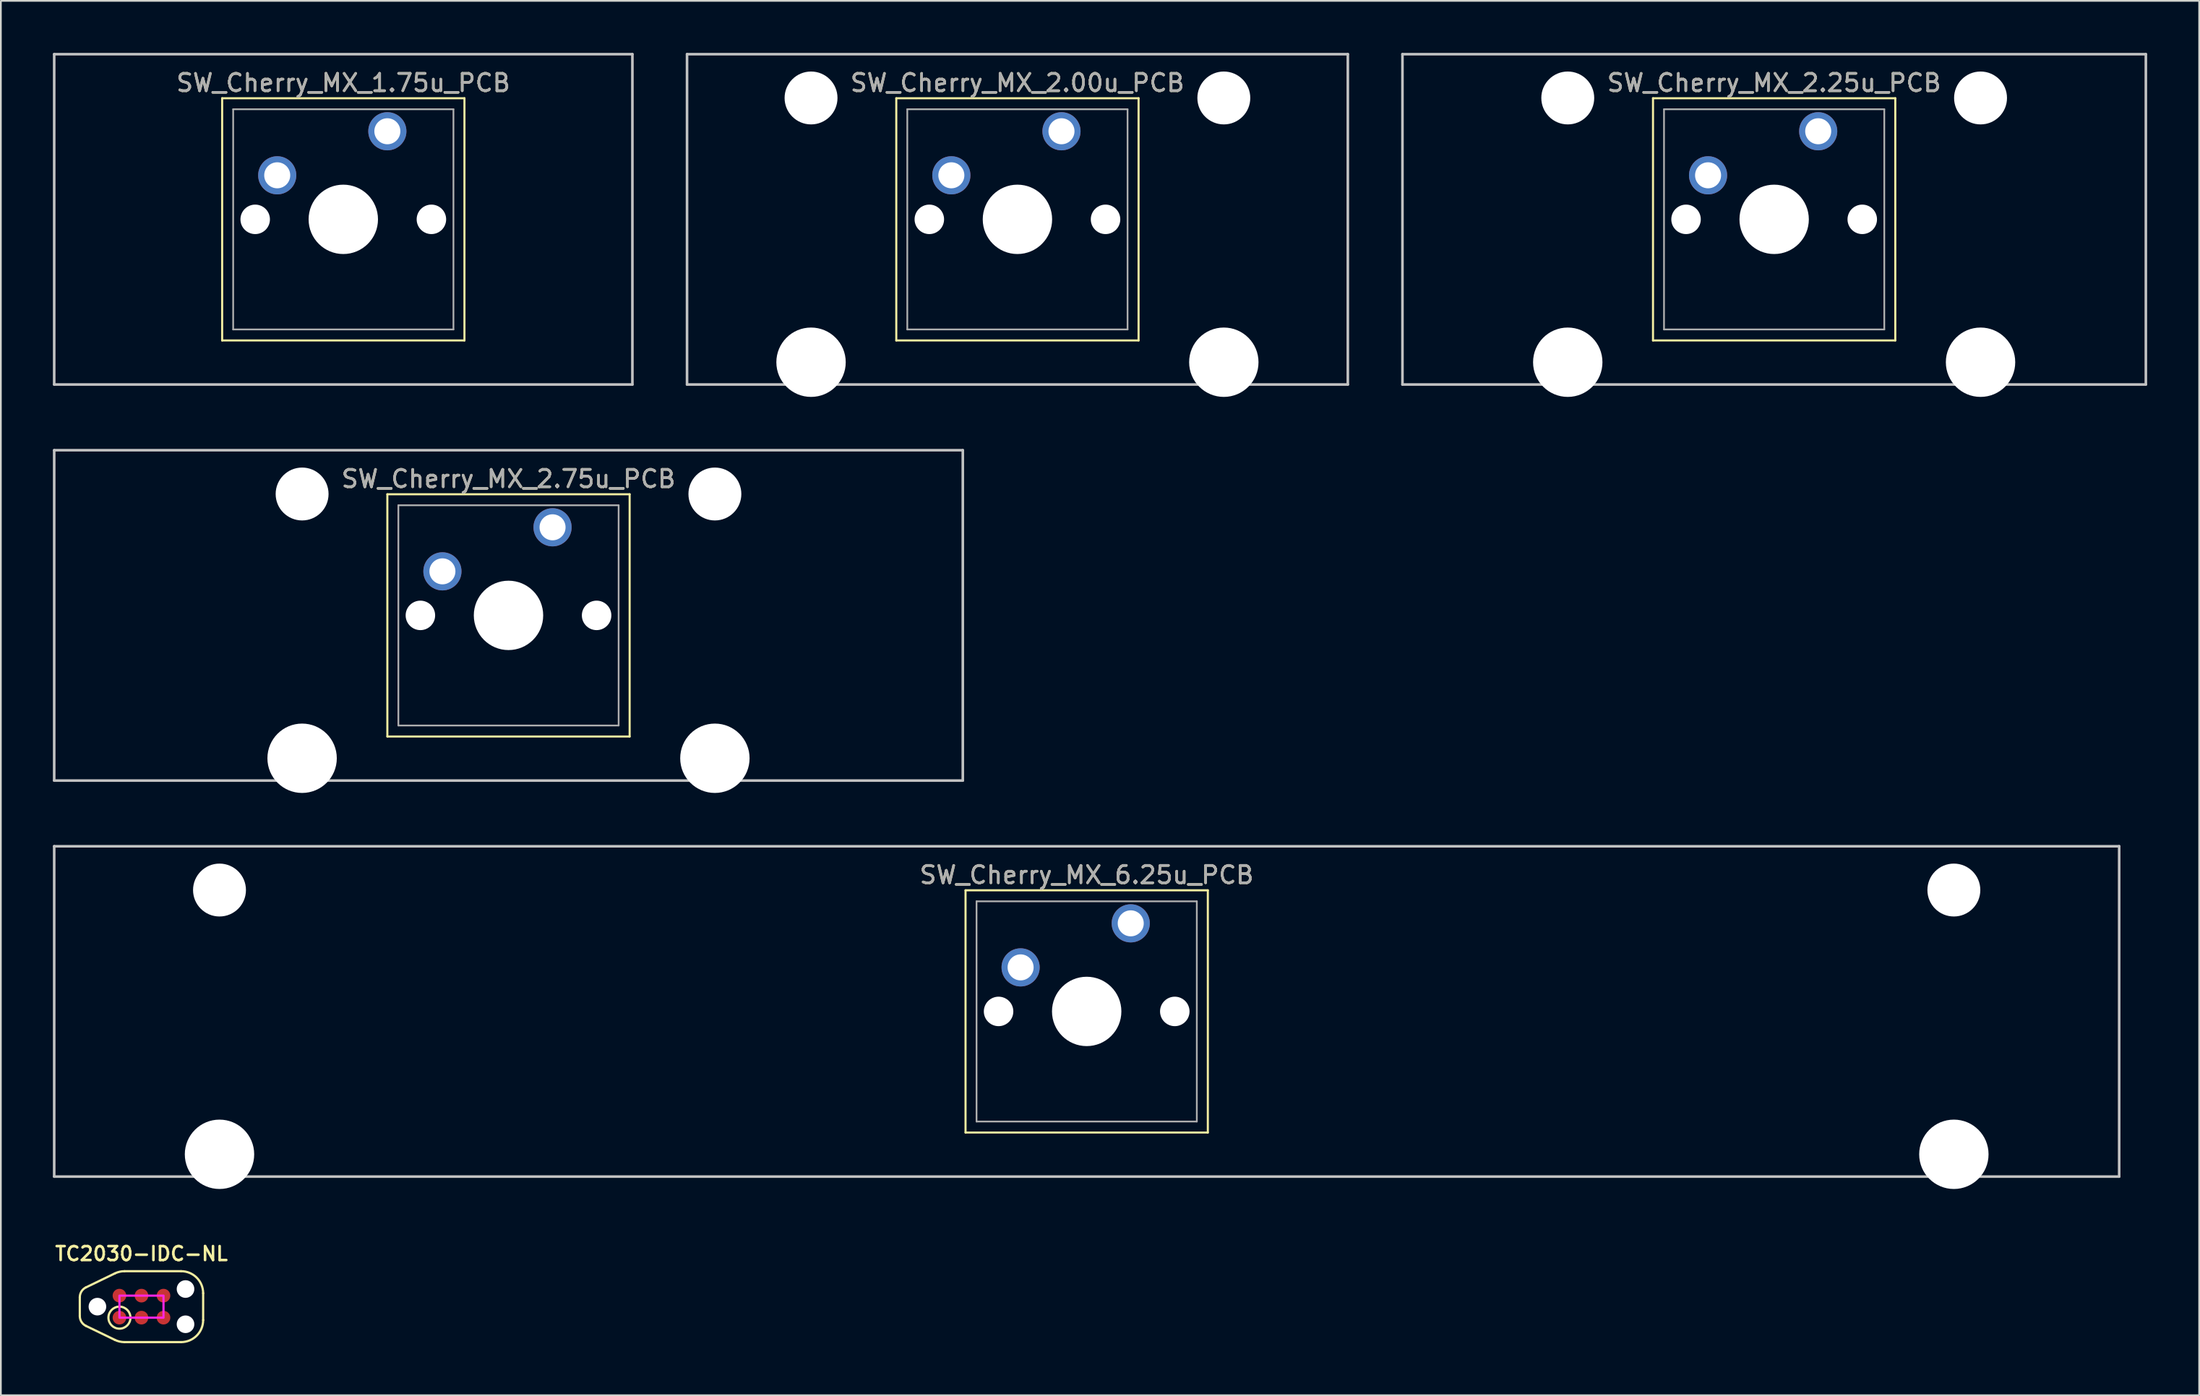
<source format=kicad_pcb>
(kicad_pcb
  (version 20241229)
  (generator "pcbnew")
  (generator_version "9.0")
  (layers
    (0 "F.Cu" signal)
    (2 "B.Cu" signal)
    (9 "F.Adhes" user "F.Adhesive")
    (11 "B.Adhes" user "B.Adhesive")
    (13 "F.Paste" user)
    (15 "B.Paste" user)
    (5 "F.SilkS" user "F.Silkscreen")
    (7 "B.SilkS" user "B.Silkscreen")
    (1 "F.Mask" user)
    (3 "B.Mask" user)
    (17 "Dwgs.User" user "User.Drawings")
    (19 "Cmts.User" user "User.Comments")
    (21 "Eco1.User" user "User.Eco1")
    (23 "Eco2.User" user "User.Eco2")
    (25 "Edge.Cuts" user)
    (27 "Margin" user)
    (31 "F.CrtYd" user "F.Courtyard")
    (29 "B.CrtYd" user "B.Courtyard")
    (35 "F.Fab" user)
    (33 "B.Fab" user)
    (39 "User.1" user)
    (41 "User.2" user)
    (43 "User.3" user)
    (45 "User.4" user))
  (footprint "SW_Cherry_MX_1.75u_PCB"
    (layer "F.Cu")
    (at 19.284 4.52)
    (property "Reference" "SW_Cherry_MX_1.75u_PCB" (at -2.54 -2.794 0) (layer "F.SilkS") (effects (font (size 1 1) (thickness 0.15))))
    (attr through_hole)
    (fp_line (start -9.525 -1.905) (end 4.445 -1.905) (stroke (width 0.12) (type solid)) (layer "F.SilkS"))
    (fp_line (start -9.525 12.065) (end -9.525 -1.905) (stroke (width 0.12) (type solid)) (layer "F.SilkS"))
    (fp_line (start 4.445 -1.905) (end 4.445 12.065) (stroke (width 0.12) (type solid)) (layer "F.SilkS"))
    (fp_line (start 4.445 12.065) (end -9.525 12.065) (stroke (width 0.12) (type solid)) (layer "F.SilkS"))
    (fp_line (start -19.209 -4.445) (end 14.129 -4.445) (stroke (width 0.15) (type solid)) (layer "Dwgs.User"))
    (fp_line (start -19.209 14.605) (end -19.209 -4.445) (stroke (width 0.15) (type solid)) (layer "Dwgs.User"))
    (fp_line (start 14.129 -4.445) (end 14.129 14.605) (stroke (width 0.15) (type solid)) (layer "Dwgs.User"))
    (fp_line (start 14.129 14.605) (end -19.209 14.605) (stroke (width 0.15) (type solid)) (layer "Dwgs.User"))
    (fp_line (start -8.89 -1.27) (end 3.81 -1.27) (stroke (width 0.1) (type solid)) (layer "F.Fab"))
    (fp_line (start -8.89 11.43) (end -8.89 -1.27) (stroke (width 0.1) (type solid)) (layer "F.Fab"))
    (fp_line (start 3.81 -1.27) (end 3.81 11.43) (stroke (width 0.1) (type solid)) (layer "F.Fab"))
    (fp_line (start 3.81 11.43) (end -8.89 11.43) (stroke (width 0.1) (type solid)) (layer "F.Fab"))
    (fp_text user "${REFERENCE}" (at -2.54 -2.794 0) (layer "F.Fab") (effects (font (size 1 1) (thickness 0.15))))
    (pad "" np_thru_hole circle (at -7.62 5.08) (size 1.7 1.7) (drill 1.7) (layers "*.Cu" "*.Mask"))
    (pad "" np_thru_hole circle (at -2.54 5.08) (size 4 4) (drill 4) (layers "*.Cu" "*.Mask"))
    (pad "" np_thru_hole circle (at 2.54 5.08) (size 1.7 1.7) (drill 1.7) (layers "*.Cu" "*.Mask"))
    (pad "1" thru_hole circle (at 0 0) (size 2.2 2.2) (drill 1.5) (layers "*.Cu" "*.Mask"))
    (pad "2" thru_hole circle (at -6.35 2.54) (size 2.2 2.2) (drill 1.5) (layers "*.Cu" "*.Mask")))
  (footprint "TC2030-IDC-NL"
    (layer "F.Cu")
    (at 5.107 72.306)
    (property "Reference" "TC2030-IDC-NL" (at 0 -3.054 0) (layer "F.SilkS") (effects (font (size 0.802 0.802) (thickness 0.15))))
    (attr smd)
    (fp_line (start -3.556 0.541) (end -3.556 -0.541) (stroke (width 0.127) (type solid)) (layer "F.SilkS"))
    (fp_line (start -3.197 -1.113) (end -1.532 -1.918) (stroke (width 0.127) (type solid)) (layer "F.SilkS"))
    (fp_line (start -1.532 1.918) (end -3.197 1.113) (stroke (width 0.127) (type solid)) (layer "F.SilkS"))
    (fp_line (start -0.979 -2.045) (end 2.286 -2.045) (stroke (width 0.127) (type solid)) (layer "F.SilkS"))
    (fp_line (start 2.286 2.045) (end -0.979 2.045) (stroke (width 0.127) (type solid)) (layer "F.SilkS"))
    (fp_line (start 3.556 -0.775) (end 3.556 0.775) (stroke (width 0.127) (type solid)) (layer "F.SilkS"))
    (fp_arc (start -3.556 -0.541434) (mid -3.45891 -0.878893) (end -3.19733 -1.11316) (stroke (width 0.127) (type solid)) (layer "F.SilkS"))
    (fp_arc (start -3.19733 1.113161) (mid -3.458911 0.878894) (end -3.556 0.541434) (stroke (width 0.127) (type solid)) (layer "F.SilkS"))
    (fp_arc (start -1.53184 -1.91814) (mid -1.262662 -2.012655) (end -0.979178 -2.0447) (stroke (width 0.127) (type solid)) (layer "F.SilkS"))
    (fp_arc (start -0.979178 2.0447) (mid -1.262662 2.012655) (end -1.53184 1.91814) (stroke (width 0.127) (type solid)) (layer "F.SilkS"))
    (fp_arc (start 2.286 -2.0447) (mid 3.184026 -1.672726) (end 3.556 -0.7747) (stroke (width 0.127) (type solid)) (layer "F.SilkS"))
    (fp_arc (start 3.556 0.7747) (mid 3.184026 1.672726) (end 2.286 2.0447) (stroke (width 0.127) (type solid)) (layer "F.SilkS"))
    (fp_circle (center -1.27 0.635) (end -0.635 0.635) (stroke (width 0.127) (type solid)) (fill no) (layer "F.SilkS"))
    (fp_poly (pts (xy -1.27 -0.635) (xy 1.27 -0.635) (xy 1.27 0.635) (xy -1.27 0.635)) (stroke (width 0.127) (type solid)) (fill no) (layer "F.CrtYd"))
    (pad "" np_thru_hole circle (at -2.54 0) (size 1.016 1.016) (drill 1.016) (layers "*.Cu" "*.Mask"))
    (pad "" np_thru_hole circle (at 2.54 -1.016) (size 1.016 1.016) (drill 1.016) (layers "*.Cu" "*.Mask"))
    (pad "" np_thru_hole circle (at 2.54 1.016) (size 1.016 1.016) (drill 1.016) (layers "*.Cu" "*.Mask"))
    (pad "1" smd circle (at -1.27 0.635) (size 0.787 0.787) (layers "F.Cu" "F.Mask"))
    (pad "2" smd circle (at -1.27 -0.635) (size 0.787 0.787) (layers "F.Cu" "F.Mask"))
    (pad "3" smd circle (at 0 0.635) (size 0.787 0.787) (layers "F.Cu" "F.Mask"))
    (pad "4" smd circle (at 0 -0.635) (size 0.787 0.787) (layers "F.Cu" "F.Mask"))
    (pad "5" smd circle (at 1.27 0.635) (size 0.787 0.787) (layers "F.Cu" "F.Mask"))
    (pad "6" smd circle (at 1.27 -0.635) (size 0.787 0.787) (layers "F.Cu" "F.Mask")))
  (footprint "SW_Cherry_MX_6.25u_PCB"
    (layer "F.Cu")
    (at 62.146 50.2)
    (property "Reference" "SW_Cherry_MX_6.25u_PCB" (at -2.54 -2.794 0) (layer "F.SilkS") (effects (font (size 1 1) (thickness 0.15))))
    (attr through_hole)
    (fp_line (start -9.525 -1.905) (end 4.445 -1.905) (stroke (width 0.12) (type solid)) (layer "F.SilkS"))
    (fp_line (start -9.525 12.065) (end -9.525 -1.905) (stroke (width 0.12) (type solid)) (layer "F.SilkS"))
    (fp_line (start 4.445 -1.905) (end 4.445 12.065) (stroke (width 0.12) (type solid)) (layer "F.SilkS"))
    (fp_line (start 4.445 12.065) (end -9.525 12.065) (stroke (width 0.12) (type solid)) (layer "F.SilkS"))
    (fp_line (start -62.071 -4.445) (end 56.991 -4.445) (stroke (width 0.15) (type solid)) (layer "Dwgs.User"))
    (fp_line (start -62.071 14.605) (end -62.071 -4.445) (stroke (width 0.15) (type solid)) (layer "Dwgs.User"))
    (fp_line (start 56.991 -4.445) (end 56.991 14.605) (stroke (width 0.15) (type solid)) (layer "Dwgs.User"))
    (fp_line (start 56.991 14.605) (end -62.071 14.605) (stroke (width 0.15) (type solid)) (layer "Dwgs.User"))
    (fp_line (start -8.89 -1.27) (end 3.81 -1.27) (stroke (width 0.1) (type solid)) (layer "F.Fab"))
    (fp_line (start -8.89 11.43) (end -8.89 -1.27) (stroke (width 0.1) (type solid)) (layer "F.Fab"))
    (fp_line (start 3.81 -1.27) (end 3.81 11.43) (stroke (width 0.1) (type solid)) (layer "F.Fab"))
    (fp_line (start 3.81 11.43) (end -8.89 11.43) (stroke (width 0.1) (type solid)) (layer "F.Fab"))
    (fp_text user "${REFERENCE}" (at -2.54 -2.794 0) (layer "F.Fab") (effects (font (size 1 1) (thickness 0.15))))
    (pad "" np_thru_hole circle (at -52.54 -1.92) (size 3.05 3.05) (drill 3.05) (layers "*.Cu" "*.Mask"))
    (pad "" np_thru_hole circle (at -52.54 13.32) (size 4 4) (drill 4) (layers "*.Cu" "*.Mask"))
    (pad "" np_thru_hole circle (at -7.62 5.08) (size 1.7 1.7) (drill 1.7) (layers "*.Cu" "*.Mask"))
    (pad "" np_thru_hole circle (at -2.54 5.08) (size 4 4) (drill 4) (layers "*.Cu" "*.Mask"))
    (pad "" np_thru_hole circle (at 2.54 5.08) (size 1.7 1.7) (drill 1.7) (layers "*.Cu" "*.Mask"))
    (pad "" np_thru_hole circle (at 47.46 -1.92) (size 3.05 3.05) (drill 3.05) (layers "*.Cu" "*.Mask"))
    (pad "" np_thru_hole circle (at 47.46 13.32) (size 4 4) (drill 4) (layers "*.Cu" "*.Mask"))
    (pad "1" thru_hole circle (at 0 0) (size 2.2 2.2) (drill 1.5) (layers "*.Cu" "*.Mask"))
    (pad "2" thru_hole circle (at -6.35 2.54) (size 2.2 2.2) (drill 1.5) (layers "*.Cu" "*.Mask")))
  (footprint "SW_Cherry_MX_2.25u_PCB"
    (layer "F.Cu")
    (at 101.784 4.52)
    (property "Reference" "SW_Cherry_MX_2.25u_PCB" (at -2.54 -2.794 0) (layer "F.SilkS") (effects (font (size 1 1) (thickness 0.15))))
    (attr through_hole)
    (fp_line (start -9.525 -1.905) (end 4.445 -1.905) (stroke (width 0.12) (type solid)) (layer "F.SilkS"))
    (fp_line (start -9.525 12.065) (end -9.525 -1.905) (stroke (width 0.12) (type solid)) (layer "F.SilkS"))
    (fp_line (start 4.445 -1.905) (end 4.445 12.065) (stroke (width 0.12) (type solid)) (layer "F.SilkS"))
    (fp_line (start 4.445 12.065) (end -9.525 12.065) (stroke (width 0.12) (type solid)) (layer "F.SilkS"))
    (fp_line (start -23.971 -4.445) (end 18.891 -4.445) (stroke (width 0.15) (type solid)) (layer "Dwgs.User"))
    (fp_line (start -23.971 14.605) (end -23.971 -4.445) (stroke (width 0.15) (type solid)) (layer "Dwgs.User"))
    (fp_line (start 18.891 -4.445) (end 18.891 14.605) (stroke (width 0.15) (type solid)) (layer "Dwgs.User"))
    (fp_line (start 18.891 14.605) (end -23.971 14.605) (stroke (width 0.15) (type solid)) (layer "Dwgs.User"))
    (fp_line (start -8.89 -1.27) (end 3.81 -1.27) (stroke (width 0.1) (type solid)) (layer "F.Fab"))
    (fp_line (start -8.89 11.43) (end -8.89 -1.27) (stroke (width 0.1) (type solid)) (layer "F.Fab"))
    (fp_line (start 3.81 -1.27) (end 3.81 11.43) (stroke (width 0.1) (type solid)) (layer "F.Fab"))
    (fp_line (start 3.81 11.43) (end -8.89 11.43) (stroke (width 0.1) (type solid)) (layer "F.Fab"))
    (fp_text user "${REFERENCE}" (at -2.54 -2.794 0) (layer "F.Fab") (effects (font (size 1 1) (thickness 0.15))))
    (pad "" np_thru_hole circle (at -14.44 -1.92) (size 3.05 3.05) (drill 3.05) (layers "*.Cu" "*.Mask"))
    (pad "" np_thru_hole circle (at -14.44 13.32) (size 4 4) (drill 4) (layers "*.Cu" "*.Mask"))
    (pad "" np_thru_hole circle (at -7.62 5.08) (size 1.7 1.7) (drill 1.7) (layers "*.Cu" "*.Mask"))
    (pad "" np_thru_hole circle (at -2.54 5.08) (size 4 4) (drill 4) (layers "*.Cu" "*.Mask"))
    (pad "" np_thru_hole circle (at 2.54 5.08) (size 1.7 1.7) (drill 1.7) (layers "*.Cu" "*.Mask"))
    (pad "" np_thru_hole circle (at 9.36 -1.92) (size 3.05 3.05) (drill 3.05) (layers "*.Cu" "*.Mask"))
    (pad "" np_thru_hole circle (at 9.36 13.32) (size 4 4) (drill 4) (layers "*.Cu" "*.Mask"))
    (pad "1" thru_hole circle (at 0 0) (size 2.2 2.2) (drill 1.5) (layers "*.Cu" "*.Mask"))
    (pad "2" thru_hole circle (at -6.35 2.54) (size 2.2 2.2) (drill 1.5) (layers "*.Cu" "*.Mask")))
  (footprint "SW_Cherry_MX_2.75u_PCB"
    (layer "F.Cu")
    (at 28.809 27.36)
    (property "Reference" "SW_Cherry_MX_2.75u_PCB" (at -2.54 -2.794 0) (layer "F.SilkS") (effects (font (size 1 1) (thickness 0.15))))
    (attr through_hole)
    (fp_line (start -9.525 -1.905) (end 4.445 -1.905) (stroke (width 0.12) (type solid)) (layer "F.SilkS"))
    (fp_line (start -9.525 12.065) (end -9.525 -1.905) (stroke (width 0.12) (type solid)) (layer "F.SilkS"))
    (fp_line (start 4.445 -1.905) (end 4.445 12.065) (stroke (width 0.12) (type solid)) (layer "F.SilkS"))
    (fp_line (start 4.445 12.065) (end -9.525 12.065) (stroke (width 0.12) (type solid)) (layer "F.SilkS"))
    (fp_line (start -28.734 -4.445) (end 23.654 -4.445) (stroke (width 0.15) (type solid)) (layer "Dwgs.User"))
    (fp_line (start -28.734 14.605) (end -28.734 -4.445) (stroke (width 0.15) (type solid)) (layer "Dwgs.User"))
    (fp_line (start 23.654 -4.445) (end 23.654 14.605) (stroke (width 0.15) (type solid)) (layer "Dwgs.User"))
    (fp_line (start 23.654 14.605) (end -28.734 14.605) (stroke (width 0.15) (type solid)) (layer "Dwgs.User"))
    (fp_line (start -8.89 -1.27) (end 3.81 -1.27) (stroke (width 0.1) (type solid)) (layer "F.Fab"))
    (fp_line (start -8.89 11.43) (end -8.89 -1.27) (stroke (width 0.1) (type solid)) (layer "F.Fab"))
    (fp_line (start 3.81 -1.27) (end 3.81 11.43) (stroke (width 0.1) (type solid)) (layer "F.Fab"))
    (fp_line (start 3.81 11.43) (end -8.89 11.43) (stroke (width 0.1) (type solid)) (layer "F.Fab"))
    (fp_text user "${REFERENCE}" (at -2.54 -2.794 0) (layer "F.Fab") (effects (font (size 1 1) (thickness 0.15))))
    (pad "" np_thru_hole circle (at -14.44 -1.92) (size 3.05 3.05) (drill 3.05) (layers "*.Cu" "*.Mask"))
    (pad "" np_thru_hole circle (at -14.44 13.32) (size 4 4) (drill 4) (layers "*.Cu" "*.Mask"))
    (pad "" np_thru_hole circle (at -7.62 5.08) (size 1.7 1.7) (drill 1.7) (layers "*.Cu" "*.Mask"))
    (pad "" np_thru_hole circle (at -2.54 5.08) (size 4 4) (drill 4) (layers "*.Cu" "*.Mask"))
    (pad "" np_thru_hole circle (at 2.54 5.08) (size 1.7 1.7) (drill 1.7) (layers "*.Cu" "*.Mask"))
    (pad "" np_thru_hole circle (at 9.36 -1.92) (size 3.05 3.05) (drill 3.05) (layers "*.Cu" "*.Mask"))
    (pad "" np_thru_hole circle (at 9.36 13.32) (size 4 4) (drill 4) (layers "*.Cu" "*.Mask"))
    (pad "1" thru_hole circle (at 0 0) (size 2.2 2.2) (drill 1.5) (layers "*.Cu" "*.Mask"))
    (pad "2" thru_hole circle (at -6.35 2.54) (size 2.2 2.2) (drill 1.5) (layers "*.Cu" "*.Mask")))
  (footprint "SW_Cherry_MX_2.00u_PCB"
    (layer "F.Cu")
    (at 58.153 4.52)
    (property "Reference" "SW_Cherry_MX_2.00u_PCB" (at -2.54 -2.794 0) (layer "F.SilkS") (effects (font (size 1 1) (thickness 0.15))))
    (attr through_hole)
    (fp_line (start -9.525 -1.905) (end 4.445 -1.905) (stroke (width 0.12) (type solid)) (layer "F.SilkS"))
    (fp_line (start -9.525 12.065) (end -9.525 -1.905) (stroke (width 0.12) (type solid)) (layer "F.SilkS"))
    (fp_line (start 4.445 -1.905) (end 4.445 12.065) (stroke (width 0.12) (type solid)) (layer "F.SilkS"))
    (fp_line (start 4.445 12.065) (end -9.525 12.065) (stroke (width 0.12) (type solid)) (layer "F.SilkS"))
    (fp_line (start -21.59 -4.445) (end 16.51 -4.445) (stroke (width 0.15) (type solid)) (layer "Dwgs.User"))
    (fp_line (start -21.59 14.605) (end -21.59 -4.445) (stroke (width 0.15) (type solid)) (layer "Dwgs.User"))
    (fp_line (start 16.51 -4.445) (end 16.51 14.605) (stroke (width 0.15) (type solid)) (layer "Dwgs.User"))
    (fp_line (start 16.51 14.605) (end -21.59 14.605) (stroke (width 0.15) (type solid)) (layer "Dwgs.User"))
    (fp_line (start -8.89 -1.27) (end 3.81 -1.27) (stroke (width 0.1) (type solid)) (layer "F.Fab"))
    (fp_line (start -8.89 11.43) (end -8.89 -1.27) (stroke (width 0.1) (type solid)) (layer "F.Fab"))
    (fp_line (start 3.81 -1.27) (end 3.81 11.43) (stroke (width 0.1) (type solid)) (layer "F.Fab"))
    (fp_line (start 3.81 11.43) (end -8.89 11.43) (stroke (width 0.1) (type solid)) (layer "F.Fab"))
    (fp_text user "${REFERENCE}" (at -2.54 -2.794 0) (layer "F.Fab") (effects (font (size 1 1) (thickness 0.15))))
    (pad "" np_thru_hole circle (at -14.44 -1.92) (size 3.05 3.05) (drill 3.05) (layers "*.Cu" "*.Mask"))
    (pad "" np_thru_hole circle (at -14.44 13.32) (size 4 4) (drill 4) (layers "*.Cu" "*.Mask"))
    (pad "" np_thru_hole circle (at -7.62 5.08) (size 1.7 1.7) (drill 1.7) (layers "*.Cu" "*.Mask"))
    (pad "" np_thru_hole circle (at -2.54 5.08) (size 4 4) (drill 4) (layers "*.Cu" "*.Mask"))
    (pad "" np_thru_hole circle (at 2.54 5.08) (size 1.7 1.7) (drill 1.7) (layers "*.Cu" "*.Mask"))
    (pad "" np_thru_hole circle (at 9.36 -1.92) (size 3.05 3.05) (drill 3.05) (layers "*.Cu" "*.Mask"))
    (pad "" np_thru_hole circle (at 9.36 13.32) (size 4 4) (drill 4) (layers "*.Cu" "*.Mask"))
    (pad "1" thru_hole circle (at 0 0) (size 2.2 2.2) (drill 1.5) (layers "*.Cu" "*.Mask"))
    (pad "2" thru_hole circle (at -6.35 2.54) (size 2.2 2.2) (drill 1.5) (layers "*.Cu" "*.Mask")))
  (gr_rect
    (start -3 -3)
    (end 123.75 77.414)
    (stroke (width 0.1) (type default))
    (fill no)
    (layer "Edge.Cuts")))
</source>
